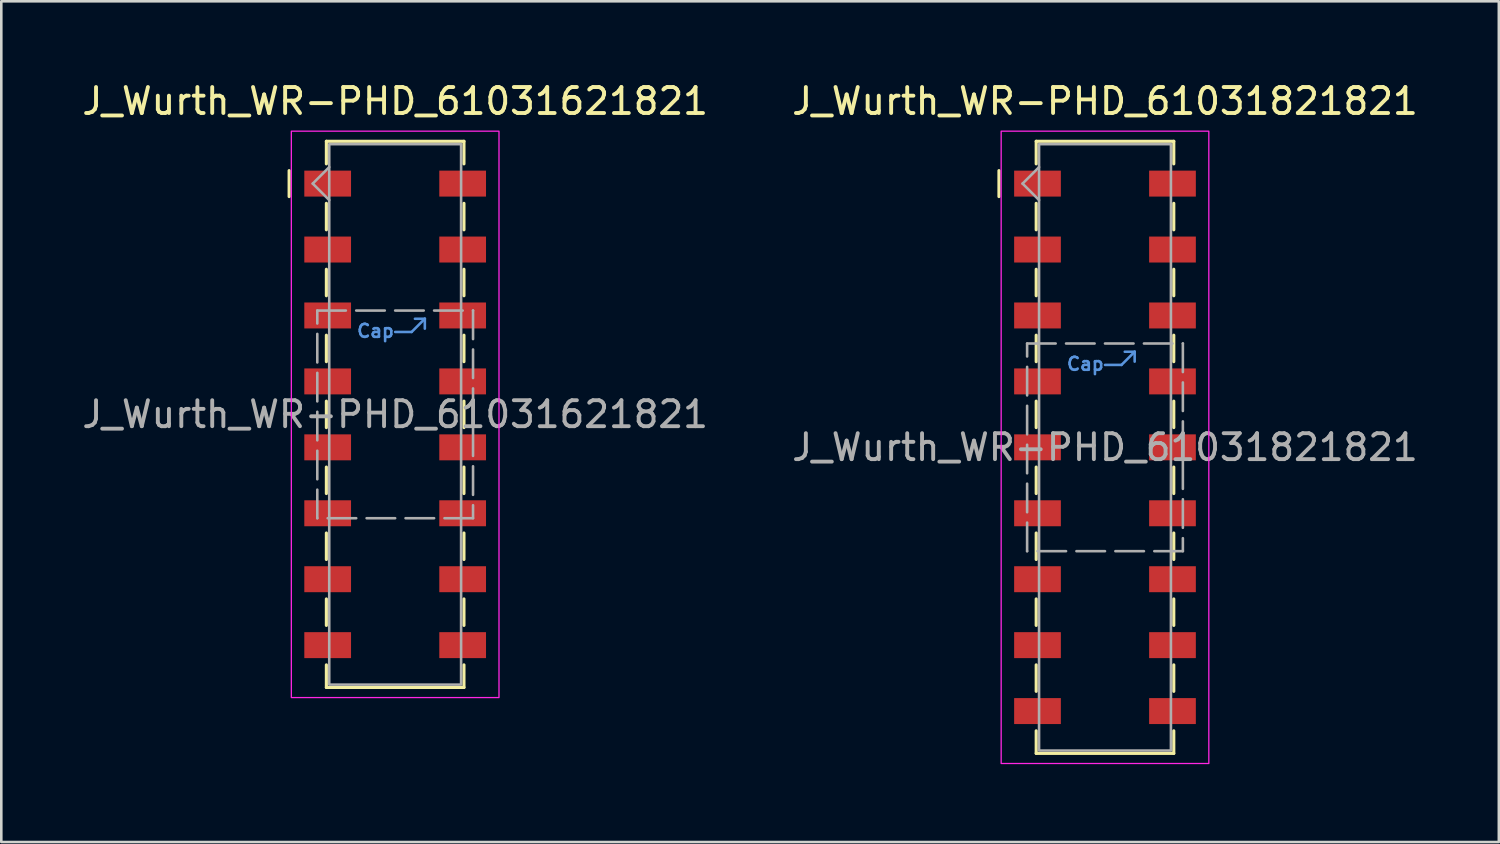
<source format=kicad_pcb>
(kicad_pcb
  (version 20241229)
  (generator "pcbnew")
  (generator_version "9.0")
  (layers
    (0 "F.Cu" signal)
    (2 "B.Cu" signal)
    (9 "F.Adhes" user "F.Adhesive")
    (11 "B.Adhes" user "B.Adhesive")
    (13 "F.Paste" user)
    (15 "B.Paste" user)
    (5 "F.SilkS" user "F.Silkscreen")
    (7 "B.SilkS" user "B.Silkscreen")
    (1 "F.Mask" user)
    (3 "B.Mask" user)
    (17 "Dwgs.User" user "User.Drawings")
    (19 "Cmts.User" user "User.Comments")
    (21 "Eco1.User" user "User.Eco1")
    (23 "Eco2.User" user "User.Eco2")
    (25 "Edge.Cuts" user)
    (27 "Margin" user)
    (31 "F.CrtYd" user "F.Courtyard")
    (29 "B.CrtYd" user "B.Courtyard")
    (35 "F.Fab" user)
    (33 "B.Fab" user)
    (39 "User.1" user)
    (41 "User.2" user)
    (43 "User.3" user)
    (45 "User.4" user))
  (footprint "J_Wurth_WR-PHD_61031821821"
    (layer "F.Cu")
    (at 39.518 14.183)
    (property "Reference" "J_Wurth_WR-PHD_61031821821" (at 0 -13.335 0) (unlocked yes) (layer "F.SilkS") (effects (font (size 1 1) (thickness 0.15))))
    (attr smd)
    (fp_line (start -4.085 -10.66) (end -4.085 -9.66) (stroke (width 0.12) (type solid)) (layer "F.SilkS"))
    (fp_line (start -2.65 -11.79) (end -2.65 -10.92) (stroke (width 0.12) (type solid)) (layer "F.SilkS"))
    (fp_line (start -2.65 -11.79) (end 2.65 -11.79) (stroke (width 0.12) (type solid)) (layer "F.SilkS"))
    (fp_line (start -2.65 -9.4) (end -2.65 -8.38) (stroke (width 0.12) (type solid)) (layer "F.SilkS"))
    (fp_line (start -2.65 -6.86) (end -2.65 -5.84) (stroke (width 0.12) (type solid)) (layer "F.SilkS"))
    (fp_line (start -2.65 -4.32) (end -2.65 -3.3) (stroke (width 0.12) (type solid)) (layer "F.SilkS"))
    (fp_line (start -2.65 -1.78) (end -2.65 -0.76) (stroke (width 0.12) (type solid)) (layer "F.SilkS"))
    (fp_line (start -2.65 0.76) (end -2.65 1.78) (stroke (width 0.12) (type solid)) (layer "F.SilkS"))
    (fp_line (start -2.65 3.3) (end -2.65 4.32) (stroke (width 0.12) (type solid)) (layer "F.SilkS"))
    (fp_line (start -2.65 5.84) (end -2.65 6.86) (stroke (width 0.12) (type solid)) (layer "F.SilkS"))
    (fp_line (start -2.65 8.38) (end -2.65 9.4) (stroke (width 0.12) (type solid)) (layer "F.SilkS"))
    (fp_line (start -2.65 10.92) (end -2.65 11.79) (stroke (width 0.12) (type solid)) (layer "F.SilkS"))
    (fp_line (start -2.65 11.79) (end 2.65 11.79) (stroke (width 0.12) (type solid)) (layer "F.SilkS"))
    (fp_line (start 2.65 -11.79) (end 2.65 -10.92) (stroke (width 0.12) (type solid)) (layer "F.SilkS"))
    (fp_line (start 2.65 -9.4) (end 2.65 -8.38) (stroke (width 0.12) (type solid)) (layer "F.SilkS"))
    (fp_line (start 2.65 -6.86) (end 2.65 -5.84) (stroke (width 0.12) (type solid)) (layer "F.SilkS"))
    (fp_line (start 2.65 -4.32) (end 2.65 -3.3) (stroke (width 0.12) (type solid)) (layer "F.SilkS"))
    (fp_line (start 2.65 -1.78) (end 2.65 -0.76) (stroke (width 0.12) (type solid)) (layer "F.SilkS"))
    (fp_line (start 2.65 0.76) (end 2.65 1.78) (stroke (width 0.12) (type solid)) (layer "F.SilkS"))
    (fp_line (start 2.65 3.3) (end 2.65 4.32) (stroke (width 0.12) (type solid)) (layer "F.SilkS"))
    (fp_line (start 2.65 5.84) (end 2.65 6.86) (stroke (width 0.12) (type solid)) (layer "F.SilkS"))
    (fp_line (start 2.65 8.38) (end 2.65 9.4) (stroke (width 0.12) (type solid)) (layer "F.SilkS"))
    (fp_line (start 2.65 10.92) (end 2.65 11.79) (stroke (width 0.12) (type solid)) (layer "F.SilkS"))
    (fp_line (start 0 -3.175) (end 0.635 -3.175) (stroke (width 0.1) (type default)) (layer "Cmts.User"))
    (fp_line (start 0.635 -3.175) (end 1.143 -3.683) (stroke (width 0.1) (type default)) (layer "Cmts.User"))
    (fp_line (start 1.143 -3.683) (end 0.762 -3.683) (stroke (width 0.1) (type default)) (layer "Cmts.User"))
    (fp_line (start 1.143 -3.683) (end 1.143 -3.302) (stroke (width 0.1) (type default)) (layer "Cmts.User"))
    (fp_rect (start -4 -12.18) (end 4 12.18) (stroke (width 0.05) (type solid)) (fill no) (layer "F.CrtYd"))
    (fp_line (start -3.175 -10.16) (end -2.54 -9.525) (stroke (width 0.1) (type default)) (layer "F.Fab"))
    (fp_line (start -2.54 -10.795) (end -3.175 -10.16) (stroke (width 0.1) (type default)) (layer "F.Fab"))
    (fp_rect (start -3 -4) (end 3 4) (stroke (width 0.1) (type dash)) (fill no) (layer "F.Fab"))
    (fp_rect (start -2.54 -11.68) (end 2.54 11.68) (stroke (width 0.1) (type solid)) (fill no) (layer "F.Fab"))
    (fp_text user "Cap" (at -1.524 -2.921 0) (unlocked yes) (layer "Cmts.User") (effects (font (size 0.5 0.5) (thickness 0.1) (bold yes)) (justify left bottom)))
    (fp_text user "${REFERENCE}" (at 0 0 0) (unlocked yes) (layer "F.Fab") (effects (font (size 1 1) (thickness 0.15))))
    (pad "1" smd rect (at -2.6 -10.16 270) (size 1 1.8) (layers "F.Cu" "F.Mask" "F.Paste"))
    (pad "2" smd rect (at 2.6 -10.16 270) (size 1 1.8) (layers "F.Cu" "F.Mask" "F.Paste"))
    (pad "3" smd rect (at -2.6 -7.62 270) (size 1 1.8) (layers "F.Cu" "F.Mask" "F.Paste"))
    (pad "4" smd rect (at 2.6 -7.62 270) (size 1 1.8) (layers "F.Cu" "F.Mask" "F.Paste"))
    (pad "5" smd rect (at -2.6 -5.08 270) (size 1 1.8) (layers "F.Cu" "F.Mask" "F.Paste"))
    (pad "6" smd rect (at 2.6 -5.08 270) (size 1 1.8) (layers "F.Cu" "F.Mask" "F.Paste"))
    (pad "7" smd rect (at -2.6 -2.54 270) (size 1 1.8) (layers "F.Cu" "F.Mask" "F.Paste"))
    (pad "8" smd rect (at 2.6 -2.54 270) (size 1 1.8) (layers "F.Cu" "F.Mask" "F.Paste"))
    (pad "9" smd rect (at -2.6 0 270) (size 1 1.8) (layers "F.Cu" "F.Mask" "F.Paste"))
    (pad "10" smd rect (at 2.6 0 270) (size 1 1.8) (layers "F.Cu" "F.Mask" "F.Paste"))
    (pad "11" smd rect (at -2.6 2.54 270) (size 1 1.8) (layers "F.Cu" "F.Mask" "F.Paste"))
    (pad "12" smd rect (at 2.6 2.54 270) (size 1 1.8) (layers "F.Cu" "F.Mask" "F.Paste"))
    (pad "13" smd rect (at -2.6 5.08 270) (size 1 1.8) (layers "F.Cu" "F.Mask" "F.Paste"))
    (pad "14" smd rect (at 2.6 5.08 270) (size 1 1.8) (layers "F.Cu" "F.Mask" "F.Paste"))
    (pad "15" smd rect (at -2.6 7.62 270) (size 1 1.8) (layers "F.Cu" "F.Mask" "F.Paste"))
    (pad "16" smd rect (at 2.6 7.62 270) (size 1 1.8) (layers "F.Cu" "F.Mask" "F.Paste"))
    (pad "17" smd rect (at -2.6 10.16 270) (size 1 1.8) (layers "F.Cu" "F.Mask" "F.Paste"))
    (pad "18" smd rect (at 2.6 10.16 270) (size 1 1.8) (layers "F.Cu" "F.Mask" "F.Paste")))
  (footprint "J_Wurth_WR-PHD_61031621821"
    (layer "F.Cu")
    (at 12.173 12.913)
    (property "Reference" "J_Wurth_WR-PHD_61031621821" (at 0 -12.065 0) (unlocked yes) (layer "F.SilkS") (effects (font (size 1 1) (thickness 0.15))))
    (attr smd)
    (fp_line (start -4.085 -9.39) (end -4.085 -8.39) (stroke (width 0.12) (type solid)) (layer "F.SilkS"))
    (fp_line (start -2.65 -10.52) (end -2.65 -9.65) (stroke (width 0.12) (type solid)) (layer "F.SilkS"))
    (fp_line (start -2.65 -10.52) (end 2.65 -10.52) (stroke (width 0.12) (type solid)) (layer "F.SilkS"))
    (fp_line (start -2.65 -8.13) (end -2.65 -7.11) (stroke (width 0.12) (type solid)) (layer "F.SilkS"))
    (fp_line (start -2.65 -5.59) (end -2.65 -4.57) (stroke (width 0.12) (type solid)) (layer "F.SilkS"))
    (fp_line (start -2.65 -3.05) (end -2.65 -2.03) (stroke (width 0.12) (type solid)) (layer "F.SilkS"))
    (fp_line (start -2.65 -0.51) (end -2.65 0.51) (stroke (width 0.12) (type solid)) (layer "F.SilkS"))
    (fp_line (start -2.65 2.03) (end -2.65 3.05) (stroke (width 0.12) (type solid)) (layer "F.SilkS"))
    (fp_line (start -2.65 4.57) (end -2.65 5.59) (stroke (width 0.12) (type solid)) (layer "F.SilkS"))
    (fp_line (start -2.65 7.11) (end -2.65 8.13) (stroke (width 0.12) (type solid)) (layer "F.SilkS"))
    (fp_line (start -2.65 9.65) (end -2.65 10.52) (stroke (width 0.12) (type solid)) (layer "F.SilkS"))
    (fp_line (start -2.65 10.52) (end 2.65 10.52) (stroke (width 0.12) (type solid)) (layer "F.SilkS"))
    (fp_line (start 2.65 -10.52) (end 2.65 -9.65) (stroke (width 0.12) (type solid)) (layer "F.SilkS"))
    (fp_line (start 2.65 -8.13) (end 2.65 -7.11) (stroke (width 0.12) (type solid)) (layer "F.SilkS"))
    (fp_line (start 2.65 -5.59) (end 2.65 -4.57) (stroke (width 0.12) (type solid)) (layer "F.SilkS"))
    (fp_line (start 2.65 -3.05) (end 2.65 -2.03) (stroke (width 0.12) (type solid)) (layer "F.SilkS"))
    (fp_line (start 2.65 -0.51) (end 2.65 0.51) (stroke (width 0.12) (type solid)) (layer "F.SilkS"))
    (fp_line (start 2.65 2.03) (end 2.65 3.05) (stroke (width 0.12) (type solid)) (layer "F.SilkS"))
    (fp_line (start 2.65 4.57) (end 2.65 5.59) (stroke (width 0.12) (type solid)) (layer "F.SilkS"))
    (fp_line (start 2.65 7.11) (end 2.65 8.13) (stroke (width 0.12) (type solid)) (layer "F.SilkS"))
    (fp_line (start 2.65 9.65) (end 2.65 10.52) (stroke (width 0.12) (type solid)) (layer "F.SilkS"))
    (fp_line (start 0 -3.175) (end 0.635 -3.175) (stroke (width 0.1) (type default)) (layer "Cmts.User"))
    (fp_line (start 0.635 -3.175) (end 1.143 -3.683) (stroke (width 0.1) (type default)) (layer "Cmts.User"))
    (fp_line (start 1.143 -3.683) (end 0.762 -3.683) (stroke (width 0.1) (type default)) (layer "Cmts.User"))
    (fp_line (start 1.143 -3.683) (end 1.143 -3.302) (stroke (width 0.1) (type default)) (layer "Cmts.User"))
    (fp_rect (start -4 -10.91) (end 4 10.91) (stroke (width 0.05) (type solid)) (fill no) (layer "F.CrtYd"))
    (fp_line (start -3.175 -8.89) (end -2.54 -8.255) (stroke (width 0.1) (type default)) (layer "F.Fab"))
    (fp_line (start -2.54 -9.525) (end -3.175 -8.89) (stroke (width 0.1) (type default)) (layer "F.Fab"))
    (fp_rect (start -3 -4) (end 3 4) (stroke (width 0.1) (type dash)) (fill no) (layer "F.Fab"))
    (fp_rect (start -2.54 -10.41) (end 2.54 10.41) (stroke (width 0.1) (type solid)) (fill no) (layer "F.Fab"))
    (fp_text user "Cap" (at -1.524 -2.921 0) (unlocked yes) (layer "Cmts.User") (effects (font (size 0.5 0.5) (thickness 0.1) (bold yes)) (justify left bottom)))
    (fp_text user "${REFERENCE}" (at 0 0 0) (unlocked yes) (layer "F.Fab") (effects (font (size 1 1) (thickness 0.15))))
    (pad "1" smd rect (at -2.6 -8.89 270) (size 1 1.8) (layers "F.Cu" "F.Mask" "F.Paste"))
    (pad "2" smd rect (at 2.6 -8.89 270) (size 1 1.8) (layers "F.Cu" "F.Mask" "F.Paste"))
    (pad "3" smd rect (at -2.6 -6.35 270) (size 1 1.8) (layers "F.Cu" "F.Mask" "F.Paste"))
    (pad "4" smd rect (at 2.6 -6.35 270) (size 1 1.8) (layers "F.Cu" "F.Mask" "F.Paste"))
    (pad "5" smd rect (at -2.6 -3.81 270) (size 1 1.8) (layers "F.Cu" "F.Mask" "F.Paste"))
    (pad "6" smd rect (at 2.6 -3.81 270) (size 1 1.8) (layers "F.Cu" "F.Mask" "F.Paste"))
    (pad "7" smd rect (at -2.6 -1.27 270) (size 1 1.8) (layers "F.Cu" "F.Mask" "F.Paste"))
    (pad "8" smd rect (at 2.6 -1.27 270) (size 1 1.8) (layers "F.Cu" "F.Mask" "F.Paste"))
    (pad "9" smd rect (at -2.6 1.27 270) (size 1 1.8) (layers "F.Cu" "F.Mask" "F.Paste"))
    (pad "10" smd rect (at 2.6 1.27 270) (size 1 1.8) (layers "F.Cu" "F.Mask" "F.Paste"))
    (pad "11" smd rect (at -2.6 3.81 270) (size 1 1.8) (layers "F.Cu" "F.Mask" "F.Paste"))
    (pad "12" smd rect (at 2.6 3.81 270) (size 1 1.8) (layers "F.Cu" "F.Mask" "F.Paste"))
    (pad "13" smd rect (at -2.6 6.35 270) (size 1 1.8) (layers "F.Cu" "F.Mask" "F.Paste"))
    (pad "14" smd rect (at 2.6 6.35 270) (size 1 1.8) (layers "F.Cu" "F.Mask" "F.Paste"))
    (pad "15" smd rect (at -2.6 8.89 270) (size 1 1.8) (layers "F.Cu" "F.Mask" "F.Paste"))
    (pad "16" smd rect (at 2.6 8.89 270) (size 1 1.8) (layers "F.Cu" "F.Mask" "F.Paste")))
  (gr_rect
    (start -3 -3)
    (end 54.69 29.388)
    (stroke (width 0.1) (type default))
    (fill no)
    (layer "Edge.Cuts")))
</source>
